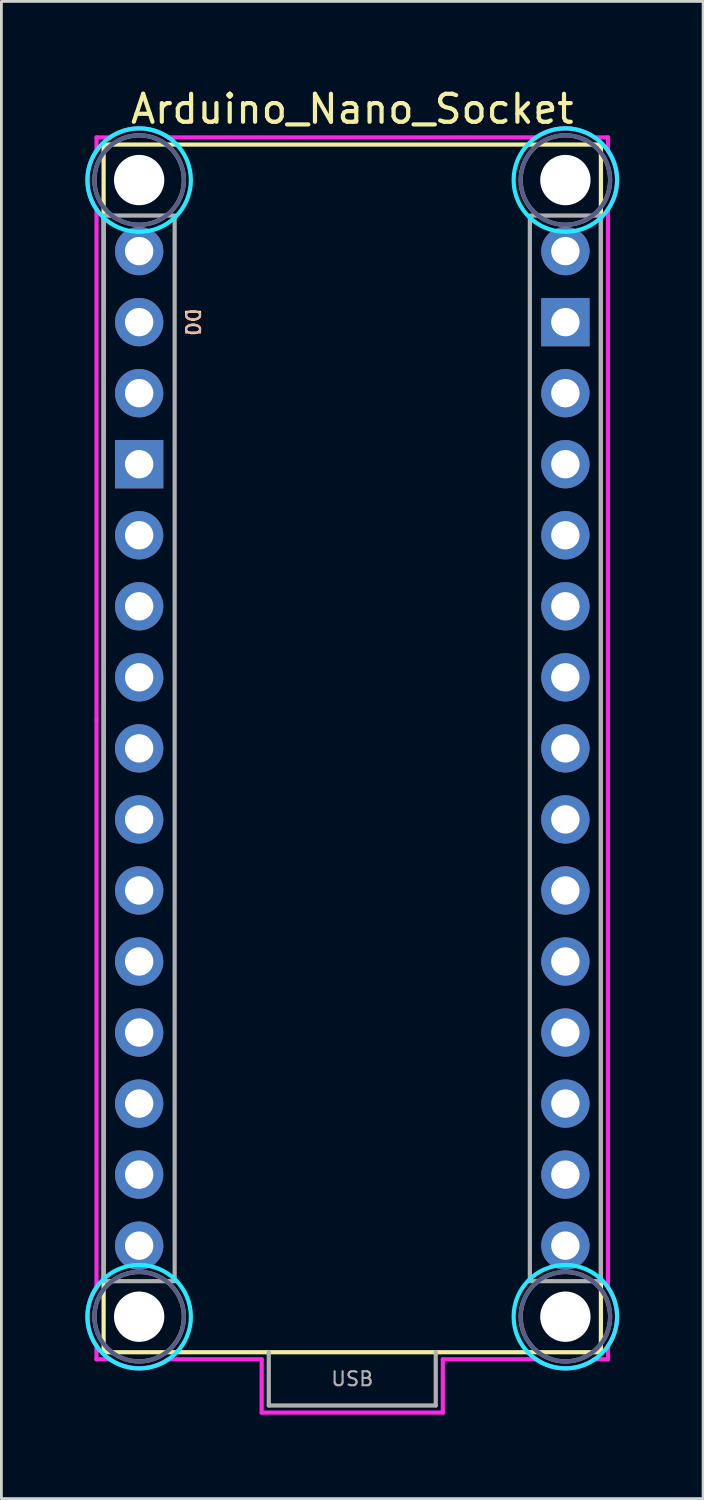
<source format=kicad_pcb>
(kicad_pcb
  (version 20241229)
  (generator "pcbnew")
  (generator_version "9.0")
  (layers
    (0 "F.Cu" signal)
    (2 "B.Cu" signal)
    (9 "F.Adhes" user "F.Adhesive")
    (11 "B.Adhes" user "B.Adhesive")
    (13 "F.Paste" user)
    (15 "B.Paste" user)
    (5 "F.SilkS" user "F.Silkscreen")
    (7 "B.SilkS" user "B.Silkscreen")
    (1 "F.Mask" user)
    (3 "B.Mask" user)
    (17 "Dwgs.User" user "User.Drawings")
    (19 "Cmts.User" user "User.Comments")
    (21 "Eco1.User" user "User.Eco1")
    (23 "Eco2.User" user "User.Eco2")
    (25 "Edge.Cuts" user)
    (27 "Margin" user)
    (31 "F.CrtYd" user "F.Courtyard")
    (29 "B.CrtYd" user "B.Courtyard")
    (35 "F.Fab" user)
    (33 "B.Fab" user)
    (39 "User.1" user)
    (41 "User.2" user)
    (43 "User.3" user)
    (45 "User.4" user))
  (footprint "Arduino_Nano_Socket"
    (layer "F.Cu")
    (at 9.545 45.298)
    (property "Reference" "Arduino_Nano_Socket" (at 0 -44.45 0) (layer "F.SilkS") (effects (font (size 1 1) (thickness 0.15))))
    (attr through_hole)
    (fp_line (start -8.89 -43.18) (end -8.89 0) (stroke (width 0.15) (type solid)) (layer "F.SilkS"))
    (fp_line (start -8.89 -43.18) (end 8.89 -43.18) (stroke (width 0.15) (type solid)) (layer "F.SilkS"))
    (fp_line (start -8.89 0) (end 8.89 0) (stroke (width 0.15) (type solid)) (layer "F.SilkS"))
    (fp_line (start 8.89 -43.18) (end 8.89 0) (stroke (width 0.15) (type solid)) (layer "F.SilkS"))
    (fp_circle (center -7.62 -41.91) (end -5.77 -41.91) (stroke (width 0.15) (type solid)) (fill no) (layer "B.CrtYd"))
    (fp_circle (center -7.62 -1.27) (end -5.77 -1.27) (stroke (width 0.15) (type solid)) (fill no) (layer "B.CrtYd"))
    (fp_circle (center 7.62 -41.91) (end 9.47 -41.91) (stroke (width 0.15) (type solid)) (fill no) (layer "B.CrtYd"))
    (fp_circle (center 7.62 -1.27) (end 9.47 -1.27) (stroke (width 0.15) (type solid)) (fill no) (layer "B.CrtYd"))
    (fp_line (start -9.144 -43.434) (end -8.661 -43.434) (stroke (width 0.15) (type solid)) (layer "F.CrtYd"))
    (fp_line (start -9.144 -42.951) (end -9.144 -43.434) (stroke (width 0.15) (type solid)) (layer "F.CrtYd"))
    (fp_line (start -9.144 -22.606) (end -9.144 -40.869) (stroke (width 0.15) (type solid)) (layer "F.CrtYd"))
    (fp_line (start -9.144 -2.311) (end -9.144 -22.606) (stroke (width 0.15) (type solid)) (layer "F.CrtYd"))
    (fp_line (start -9.144 0.254) (end -9.144 -0.229) (stroke (width 0.15) (type solid)) (layer "F.CrtYd"))
    (fp_line (start -8.661 0.254) (end -9.144 0.254) (stroke (width 0.15) (type solid)) (layer "F.CrtYd"))
    (fp_line (start -6.579 -43.434) (end 6.579 -43.434) (stroke (width 0.15) (type solid)) (layer "F.CrtYd"))
    (fp_line (start -3.239 0.254) (end -6.579 0.254) (stroke (width 0.15) (type solid)) (layer "F.CrtYd"))
    (fp_line (start -3.239 0.254) (end -3.239 2.159) (stroke (width 0.15) (type solid)) (layer "F.CrtYd"))
    (fp_line (start 3.239 0.254) (end 3.239 2.159) (stroke (width 0.15) (type solid)) (layer "F.CrtYd"))
    (fp_line (start 3.239 2.159) (end -3.239 2.159) (stroke (width 0.15) (type solid)) (layer "F.CrtYd"))
    (fp_line (start 6.579 0.254) (end 3.239 0.254) (stroke (width 0.15) (type solid)) (layer "F.CrtYd"))
    (fp_line (start 8.661 -43.434) (end 9.144 -43.434) (stroke (width 0.15) (type solid)) (layer "F.CrtYd"))
    (fp_line (start 9.144 -43.434) (end 9.144 -42.951) (stroke (width 0.15) (type solid)) (layer "F.CrtYd"))
    (fp_line (start 9.144 -40.869) (end 9.144 -2.311) (stroke (width 0.15) (type solid)) (layer "F.CrtYd"))
    (fp_line (start 9.144 -0.229) (end 9.144 0.254) (stroke (width 0.15) (type solid)) (layer "F.CrtYd"))
    (fp_line (start 9.144 0.254) (end 8.661 0.254) (stroke (width 0.15) (type solid)) (layer "F.CrtYd"))
    (fp_arc (start -9.144 -40.8686) (mid -9.467363 -41.91) (end -9.144 -42.9514) (stroke (width 0.15) (type solid)) (layer "F.CrtYd"))
    (fp_arc (start -9.144 -0.2286) (mid -9.467363 -1.27) (end -9.144 -2.3114) (stroke (width 0.15) (type solid)) (layer "F.CrtYd"))
    (fp_arc (start -8.6614 -43.434) (mid -7.62 -43.757363) (end -6.5786 -43.434) (stroke (width 0.15) (type solid)) (layer "F.CrtYd"))
    (fp_arc (start -6.5786 0.254) (mid -7.62 0.577363) (end -8.6614 0.254) (stroke (width 0.15) (type solid)) (layer "F.CrtYd"))
    (fp_arc (start 6.5786 -43.434) (mid 7.62 -43.757363) (end 8.6614 -43.434) (stroke (width 0.15) (type solid)) (layer "F.CrtYd"))
    (fp_arc (start 8.6614 0.254) (mid 7.62 0.577363) (end 6.5786 0.254) (stroke (width 0.15) (type solid)) (layer "F.CrtYd"))
    (fp_arc (start 9.144 -42.9514) (mid 9.467363 -41.91) (end 9.144 -40.8686) (stroke (width 0.15) (type solid)) (layer "F.CrtYd"))
    (fp_arc (start 9.144 -2.3114) (mid 9.467363 -1.27) (end 9.144 -0.2286) (stroke (width 0.15) (type solid)) (layer "F.CrtYd"))
    (fp_circle (center -7.62 -41.91) (end -6.02 -41.91) (stroke (width 0.15) (type solid)) (fill no) (layer "B.Fab"))
    (fp_circle (center -7.62 -1.27) (end -6.02 -1.27) (stroke (width 0.15) (type solid)) (fill no) (layer "B.Fab"))
    (fp_circle (center 7.62 -41.91) (end 9.22 -41.91) (stroke (width 0.15) (type solid)) (fill no) (layer "B.Fab"))
    (fp_circle (center 7.62 -1.27) (end 9.22 -1.27) (stroke (width 0.15) (type solid)) (fill no) (layer "B.Fab"))
    (fp_line (start -2.985 1.905) (end -2.985 0) (stroke (width 0.15) (type solid)) (layer "F.Fab"))
    (fp_line (start -2.985 1.905) (end 2.985 1.905) (stroke (width 0.15) (type solid)) (layer "F.Fab"))
    (fp_line (start 2.985 1.905) (end 2.985 0) (stroke (width 0.15) (type solid)) (layer "F.Fab"))
    (fp_rect (start -8.89 -40.64) (end -6.35 -2.54) (stroke (width 0.15) (type solid)) (fill no) (layer "F.Fab"))
    (fp_rect (start 6.35 -40.64) (end 8.89 -2.54) (stroke (width 0.15) (type solid)) (fill no) (layer "F.Fab"))
    (fp_circle (center -7.62 -41.91) (end -6.02 -41.91) (stroke (width 0.15) (type solid)) (fill no) (layer "F.Fab"))
    (fp_circle (center -7.62 -1.27) (end -6.02 -1.27) (stroke (width 0.15) (type solid)) (fill no) (layer "F.Fab"))
    (fp_circle (center 7.62 -41.91) (end 9.22 -41.91) (stroke (width 0.15) (type solid)) (fill no) (layer "F.Fab"))
    (fp_circle (center 7.62 -1.27) (end 9.22 -1.27) (stroke (width 0.15) (type solid)) (fill no) (layer "F.Fab"))
    (fp_text user "D0" (at -5.715 -36.83 270) (unlocked yes) (layer "F.SilkS") (effects (font (size 0.5 0.5) (thickness 0.075))))
    (fp_text user "D0" (at -5.715 -36.83 270) (unlocked yes) (layer "B.SilkS") (effects (font (size 0.5 0.5) (thickness 0.075)) (justify mirror)))
    (fp_text user "USB" (at 0 0.953 0) (layer "F.Fab") (effects (font (size 0.5 0.5) (thickness 0.075))))
    (pad "" np_thru_hole circle (at -7.62 -41.91) (size 1.8 1.8) (drill 1.8) (layers "*.Cu" "*.Mask"))
    (pad "" np_thru_hole circle (at -7.62 -1.27) (size 1.8 1.8) (drill 1.8) (layers "*.Cu" "*.Mask"))
    (pad "" np_thru_hole circle (at 7.62 -41.91) (size 1.8 1.8) (drill 1.8) (layers "*.Cu" "*.Mask"))
    (pad "" np_thru_hole circle (at 7.62 -1.27) (size 1.8 1.8) (drill 1.8) (layers "*.Cu" "*.Mask"))
    (pad "3V3" thru_hole circle (at 7.62 -6.35) (size 1.727 1.727) (drill 1.016) (layers "*.Cu" "*.Mask"))
    (pad "5V" thru_hole circle (at 7.62 -31.75) (size 1.727 1.727) (drill 1.016) (layers "*.Cu" "*.Mask"))
    (pad "A0" thru_hole circle (at 7.62 -11.43) (size 1.727 1.727) (drill 1.016) (layers "*.Cu" "*.Mask"))
    (pad "A1" thru_hole circle (at 7.62 -13.97) (size 1.727 1.727) (drill 1.016) (layers "*.Cu" "*.Mask"))
    (pad "A2" thru_hole circle (at 7.62 -16.51) (size 1.727 1.727) (drill 1.016) (layers "*.Cu" "*.Mask"))
    (pad "A3" thru_hole circle (at 7.62 -19.05) (size 1.727 1.727) (drill 1.016) (layers "*.Cu" "*.Mask"))
    (pad "A4" thru_hole circle (at 7.62 -21.59) (size 1.727 1.727) (drill 1.016) (layers "*.Cu" "*.Mask"))
    (pad "A5" thru_hole circle (at 7.62 -24.13) (size 1.727 1.727) (drill 1.016) (layers "*.Cu" "*.Mask"))
    (pad "A6" thru_hole circle (at 7.62 -26.67) (size 1.727 1.727) (drill 1.016) (layers "*.Cu" "*.Mask"))
    (pad "A7" thru_hole circle (at 7.62 -29.21) (size 1.727 1.727) (drill 1.016) (layers "*.Cu" "*.Mask"))
    (pad "AREF" thru_hole circle (at 7.62 -8.89) (size 1.727 1.727) (drill 1.016) (layers "*.Cu" "*.Mask"))
    (pad "D0" thru_hole circle (at -7.62 -36.83) (size 1.727 1.727) (drill 1.016) (layers "*.Cu" "*.Mask"))
    (pad "D1" thru_hole circle (at -7.62 -39.37) (size 1.727 1.727) (drill 1.016) (layers "*.Cu" "*.Mask"))
    (pad "D2" thru_hole circle (at -7.62 -29.21) (size 1.727 1.727) (drill 1.016) (layers "*.Cu" "*.Mask"))
    (pad "D3" thru_hole circle (at -7.62 -26.67) (size 1.727 1.727) (drill 1.016) (layers "*.Cu" "*.Mask"))
    (pad "D4" thru_hole circle (at -7.62 -24.13) (size 1.727 1.727) (drill 1.016) (layers "*.Cu" "*.Mask"))
    (pad "D5" thru_hole circle (at -7.62 -21.59) (size 1.727 1.727) (drill 1.016) (layers "*.Cu" "*.Mask"))
    (pad "D6" thru_hole circle (at -7.62 -19.05) (size 1.727 1.727) (drill 1.016) (layers "*.Cu" "*.Mask"))
    (pad "D7" thru_hole circle (at -7.62 -16.51) (size 1.727 1.727) (drill 1.016) (layers "*.Cu" "*.Mask"))
    (pad "D8" thru_hole circle (at -7.62 -13.97) (size 1.727 1.727) (drill 1.016) (layers "*.Cu" "*.Mask"))
    (pad "D9" thru_hole circle (at -7.62 -11.43) (size 1.727 1.727) (drill 1.016) (layers "*.Cu" "*.Mask"))
    (pad "D10" thru_hole circle (at -7.62 -8.89) (size 1.727 1.727) (drill 1.016) (layers "*.Cu" "*.Mask"))
    (pad "D11" thru_hole circle (at -7.62 -6.35) (size 1.727 1.727) (drill 1.016) (layers "*.Cu" "*.Mask"))
    (pad "D12" thru_hole circle (at -7.62 -3.81) (size 1.727 1.727) (drill 1.016) (layers "*.Cu" "*.Mask"))
    (pad "D13" thru_hole circle (at 7.62 -3.81) (size 1.727 1.727) (drill 1.016) (layers "*.Cu" "*.Mask"))
    (pad "GND1" thru_hole rect (at -7.62 -31.75) (size 1.727 1.727) (drill 1.016) (layers "*.Cu" "*.Mask"))
    (pad "GND2" thru_hole rect (at 7.62 -36.83) (size 1.727 1.727) (drill 1.016) (layers "*.Cu" "*.Mask"))
    (pad "RST1" thru_hole circle (at -7.62 -34.29) (size 1.727 1.727) (drill 1.016) (layers "*.Cu" "*.Mask"))
    (pad "RST2" thru_hole circle (at 7.62 -34.29) (size 1.727 1.727) (drill 1.016) (layers "*.Cu" "*.Mask"))
    (pad "VIN" thru_hole circle (at 7.62 -39.37) (size 1.727 1.727) (drill 1.016) (layers "*.Cu" "*.Mask")))
  (gr_rect
    (start -3 -3)
    (end 22.09 50.532)
    (stroke (width 0.1) (type default))
    (fill no)
    (layer "Edge.Cuts")))
</source>
